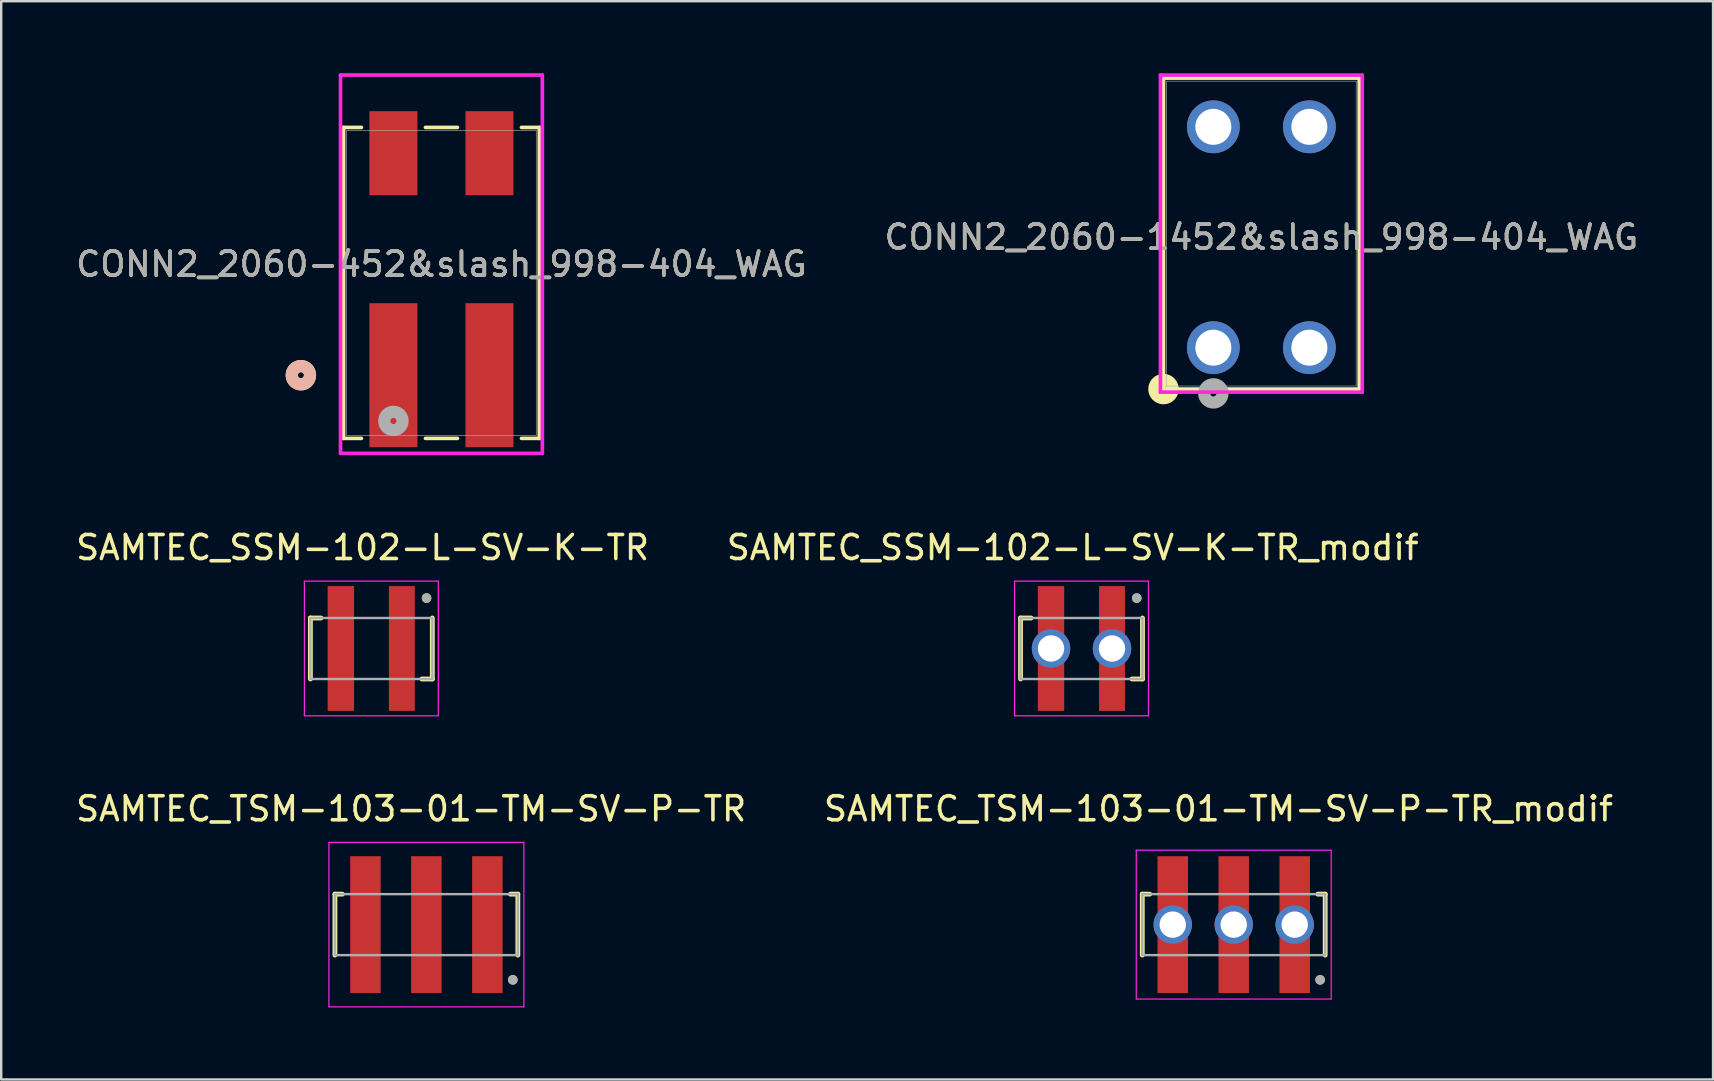
<source format=kicad_pcb>
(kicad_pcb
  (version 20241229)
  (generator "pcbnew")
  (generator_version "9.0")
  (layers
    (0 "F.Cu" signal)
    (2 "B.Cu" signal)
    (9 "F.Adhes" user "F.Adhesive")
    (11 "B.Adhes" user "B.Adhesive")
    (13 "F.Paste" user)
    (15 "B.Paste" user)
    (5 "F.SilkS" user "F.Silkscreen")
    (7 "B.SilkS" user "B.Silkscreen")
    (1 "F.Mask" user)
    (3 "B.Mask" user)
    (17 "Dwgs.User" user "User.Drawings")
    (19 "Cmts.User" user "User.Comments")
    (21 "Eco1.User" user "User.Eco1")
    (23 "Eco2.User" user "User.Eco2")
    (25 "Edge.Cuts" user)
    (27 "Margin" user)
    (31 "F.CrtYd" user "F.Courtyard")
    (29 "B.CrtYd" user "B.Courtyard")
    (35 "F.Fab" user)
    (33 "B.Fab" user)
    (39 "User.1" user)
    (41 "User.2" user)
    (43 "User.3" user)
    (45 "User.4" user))
  (footprint "SAMTEC_TSM-103-01-TM-SV-P-TR"
    (layer "F.Cu")
    (at 14.712 35.467)
    (property "Reference" "SAMTEC_TSM-103-01-TM-SV-P-TR" (at -0.635 -4.825 0) (layer "F.SilkS") (effects (font (size 1 1) (thickness 0.15))))
    (attr smd)
    (fp_line (start -3.81 -1.27) (end -3.5 -1.27) (stroke (width 0.2) (type solid)) (layer "F.SilkS"))
    (fp_line (start -3.81 1.27) (end -3.81 -1.27) (stroke (width 0.2) (type solid)) (layer "F.SilkS"))
    (fp_line (start 3.5 -1.27) (end 3.81 -1.27) (stroke (width 0.2) (type solid)) (layer "F.SilkS"))
    (fp_line (start 3.81 -1.27) (end 3.81 1.27) (stroke (width 0.2) (type solid)) (layer "F.SilkS"))
    (fp_circle (center 3.6 2.3) (end 3.7 2.3) (stroke (width 0.2) (type solid)) (fill no) (layer "F.SilkS"))
    (fp_line (start -4.06 -3.425) (end 4.06 -3.425) (stroke (width 0.05) (type solid)) (layer "F.CrtYd"))
    (fp_line (start -4.06 3.425) (end -4.06 -3.425) (stroke (width 0.05) (type solid)) (layer "F.CrtYd"))
    (fp_line (start 4.06 -3.425) (end 4.06 3.425) (stroke (width 0.05) (type solid)) (layer "F.CrtYd"))
    (fp_line (start 4.06 3.425) (end -4.06 3.425) (stroke (width 0.05) (type solid)) (layer "F.CrtYd"))
    (fp_line (start -3.81 -1.27) (end 3.81 -1.27) (stroke (width 0.1) (type solid)) (layer "F.Fab"))
    (fp_line (start -3.81 1.27) (end -3.81 -1.27) (stroke (width 0.1) (type solid)) (layer "F.Fab"))
    (fp_line (start 3.81 -1.27) (end 3.81 1.27) (stroke (width 0.1) (type solid)) (layer "F.Fab"))
    (fp_line (start 3.81 1.27) (end -3.81 1.27) (stroke (width 0.1) (type solid)) (layer "F.Fab"))
    (fp_circle (center 3.6 2.3) (end 3.7 2.3) (stroke (width 0.2) (type solid)) (fill no) (layer "F.Fab"))
    (pad "1" smd rect (at 2.54 0) (size 1.27 5.7) (layers "F.Cu" "F.Mask" "F.Paste"))
    (pad "2" smd rect (at 0 0) (size 1.27 5.7) (layers "F.Cu" "F.Mask" "F.Paste"))
    (pad "3" smd rect (at -2.54 0) (size 1.27 5.7) (layers "F.Cu" "F.Mask" "F.Paste")))
  (footprint "SAMTEC_SSM-102-L-SV-K-TR"
    (layer "F.Cu")
    (at 12.419 23.964)
    (property "Reference" "SAMTEC_SSM-102-L-SV-K-TR" (at -0.365 -4.205 0) (layer "F.SilkS") (effects (font (size 1 1) (thickness 0.15))))
    (attr smd)
    (fp_line (start -2.54 -1.27) (end -2.1 -1.27) (stroke (width 0.2) (type solid)) (layer "F.SilkS"))
    (fp_line (start -2.54 1.27) (end -2.54 -1.27) (stroke (width 0.2) (type solid)) (layer "F.SilkS"))
    (fp_line (start 2.54 1.27) (end 2.1 1.27) (stroke (width 0.2) (type solid)) (layer "F.SilkS"))
    (fp_line (start 2.54 1.27) (end 2.54 -1.27) (stroke (width 0.2) (type solid)) (layer "F.SilkS"))
    (fp_circle (center 2.3 -2.1) (end 2.4 -2.1) (stroke (width 0.2) (type solid)) (fill no) (layer "F.SilkS"))
    (fp_line (start -2.79 -2.805) (end 2.79 -2.805) (stroke (width 0.05) (type solid)) (layer "F.CrtYd"))
    (fp_line (start -2.79 2.805) (end -2.79 -2.805) (stroke (width 0.05) (type solid)) (layer "F.CrtYd"))
    (fp_line (start 2.79 -2.805) (end 2.79 2.805) (stroke (width 0.05) (type solid)) (layer "F.CrtYd"))
    (fp_line (start 2.79 2.805) (end -2.79 2.805) (stroke (width 0.05) (type solid)) (layer "F.CrtYd"))
    (fp_line (start -2.54 -1.27) (end 2.54 -1.27) (stroke (width 0.1) (type solid)) (layer "F.Fab"))
    (fp_line (start -2.54 1.27) (end -2.54 -1.27) (stroke (width 0.1) (type solid)) (layer "F.Fab"))
    (fp_line (start 2.54 -1.27) (end 2.54 1.27) (stroke (width 0.1) (type solid)) (layer "F.Fab"))
    (fp_line (start 2.54 1.27) (end -2.54 1.27) (stroke (width 0.1) (type solid)) (layer "F.Fab"))
    (fp_circle (center 2.3 -2.1) (end 2.4 -2.1) (stroke (width 0.2) (type solid)) (fill no) (layer "F.Fab"))
    (pad "1" smd rect (at 1.27 0) (size 1.08 5.2) (layers "F.Cu" "F.Mask" "F.Paste"))
    (pad "2" smd rect (at -1.27 0) (size 1.1 5.2) (layers "F.Cu" "F.Mask" "F.Paste")))
  (footprint "CONN2_2060-452&slash_998-404_WAG"
    (layer "F.Cu")
    (at 15.339 8.735)
    (property "Reference" "CONN2_2060-452&slash_998-404_WAG" (at 0 -0.78 0) (unlocked yes) (layer "F.SilkS") (effects (font (size 1 1) (thickness 0.15))))
    (attr smd)
    (fp_line (start -4.077 -6.477) (end -4.077 6.477) (stroke (width 0.152) (type solid)) (layer "F.SilkS"))
    (fp_line (start -4.077 6.477) (end -3.333 6.477) (stroke (width 0.152) (type solid)) (layer "F.SilkS"))
    (fp_line (start -3.333 -6.477) (end -4.077 -6.477) (stroke (width 0.152) (type solid)) (layer "F.SilkS"))
    (fp_line (start -0.667 6.477) (end 0.667 6.477) (stroke (width 0.152) (type solid)) (layer "F.SilkS"))
    (fp_line (start 0.667 -6.477) (end -0.667 -6.477) (stroke (width 0.152) (type solid)) (layer "F.SilkS"))
    (fp_line (start 3.333 6.477) (end 4.077 6.477) (stroke (width 0.152) (type solid)) (layer "F.SilkS"))
    (fp_line (start 4.077 -6.477) (end 3.333 -6.477) (stroke (width 0.152) (type solid)) (layer "F.SilkS"))
    (fp_line (start 4.077 6.477) (end 4.077 -6.477) (stroke (width 0.152) (type solid)) (layer "F.SilkS"))
    (fp_circle (center -5.855 3.845) (end -5.474 3.845) (stroke (width 0.508) (type solid)) (fill no) (layer "F.SilkS"))
    (fp_circle (center -5.855 3.845) (end -5.474 3.845) (stroke (width 0.508) (type solid)) (fill no) (layer "B.SilkS"))
    (fp_poly (pts (xy -2 -5.494) (xy -1.949 -5.494) (xy -1.949 -5.405) (xy -2 -5.405)) (stroke (width 0) (type solid)) (fill yes) (layer "F.Paste"))
    (fp_poly (pts (xy -2 3.756) (xy -1.949 3.756) (xy -1.949 3.845) (xy -2 3.845)) (stroke (width 0) (type solid)) (fill yes) (layer "F.Paste"))
    (fp_poly (pts (xy 2 -5.494) (xy 2.051 -5.494) (xy 2.051 -5.405) (xy 2 -5.405)) (stroke (width 0) (type solid)) (fill yes) (layer "F.Paste"))
    (fp_poly (pts (xy 2 3.756) (xy 2.051 3.756) (xy 2.051 3.845) (xy 2 3.845)) (stroke (width 0) (type solid)) (fill yes) (layer "F.Paste"))
    (fp_line (start -4.204 -8.659) (end -4.204 7.099) (stroke (width 0.152) (type solid)) (layer "F.CrtYd"))
    (fp_line (start -4.204 7.099) (end 4.204 7.099) (stroke (width 0.152) (type solid)) (layer "F.CrtYd"))
    (fp_line (start 4.204 -8.659) (end -4.204 -8.659) (stroke (width 0.152) (type solid)) (layer "F.CrtYd"))
    (fp_line (start 4.204 7.099) (end 4.204 -8.659) (stroke (width 0.152) (type solid)) (layer "F.CrtYd"))
    (fp_line (start -3.95 -6.35) (end -3.95 6.35) (stroke (width 0.025) (type solid)) (layer "F.Fab"))
    (fp_line (start -3.95 6.35) (end 3.95 6.35) (stroke (width 0.025) (type solid)) (layer "F.Fab"))
    (fp_line (start 3.95 -6.35) (end -3.95 -6.35) (stroke (width 0.025) (type solid)) (layer "F.Fab"))
    (fp_line (start 3.95 6.35) (end 3.95 -6.35) (stroke (width 0.025) (type solid)) (layer "F.Fab"))
    (fp_circle (center -2 5.75) (end -1.619 5.75) (stroke (width 0.508) (type solid)) (fill no) (layer "F.Fab"))
    (fp_text user "${REFERENCE}" (at 0 -0.78 0) (unlocked yes) (layer "F.Fab") (effects (font (size 1 1) (thickness 0.15))))
    (pad "1" smd rect (at -2 3.845) (size 2 6) (layers "F.Cu" "F.Mask"))
    (pad "2" smd rect (at -2 -5.405) (size 2 3.5) (layers "F.Cu" "F.Mask"))
    (pad "3" smd rect (at 2 3.845) (size 2 6) (layers "F.Cu" "F.Mask"))
    (pad "4" smd rect (at 2 -5.405) (size 2 3.5) (layers "F.Cu" "F.Mask")))
  (footprint "SAMTEC_TSM-103-01-TM-SV-P-TR_modif"
    (layer "F.Cu")
    (at 48.343 35.467)
    (property "Reference" "SAMTEC_TSM-103-01-TM-SV-P-TR_modif" (at -0.635 -4.825 0) (layer "F.SilkS") (effects (font (size 1 1) (thickness 0.15))))
    (attr through_hole)
    (fp_rect (start -3.2 -2.9) (end -1.9 -1.1) (stroke (width 0.1) (type solid)) (fill yes) (layer "F.Mask"))
    (fp_rect (start -3.2 1.1) (end -1.9 2.9) (stroke (width 0.1) (type solid)) (fill yes) (layer "F.Mask"))
    (fp_rect (start -0.7 -2.9) (end 0.7 -1.1) (stroke (width 0.1) (type solid)) (fill yes) (layer "F.Mask"))
    (fp_rect (start -0.7 1.1) (end 0.7 2.9) (stroke (width 0.1) (type solid)) (fill yes) (layer "F.Mask"))
    (fp_rect (start 1.9 -2.9) (end 3.2 -1.1) (stroke (width 0.1) (type solid)) (fill yes) (layer "F.Mask"))
    (fp_rect (start 1.9 1.1) (end 3.2 2.9) (stroke (width 0.1) (type solid)) (fill yes) (layer "F.Mask"))
    (fp_line (start -3.81 -1.27) (end -3.5 -1.27) (stroke (width 0.2) (type solid)) (layer "F.SilkS"))
    (fp_line (start -3.81 1.27) (end -3.81 -1.27) (stroke (width 0.2) (type solid)) (layer "F.SilkS"))
    (fp_line (start 3.5 -1.27) (end 3.81 -1.27) (stroke (width 0.2) (type solid)) (layer "F.SilkS"))
    (fp_line (start 3.81 -1.27) (end 3.81 1.27) (stroke (width 0.2) (type solid)) (layer "F.SilkS"))
    (fp_circle (center 3.6 2.3) (end 3.7 2.3) (stroke (width 0.2) (type solid)) (fill no) (layer "F.SilkS"))
    (fp_rect (start -3.1 -2.6) (end -2 -1.2) (stroke (width 0.1) (type solid)) (fill yes) (layer "F.Paste"))
    (fp_rect (start -3.1 1.2) (end -2 2.6) (stroke (width 0.1) (type solid)) (fill yes) (layer "F.Paste"))
    (fp_rect (start -0.5 -2.6) (end 0.5 -1.2) (stroke (width 0.1) (type solid)) (fill yes) (layer "F.Paste"))
    (fp_rect (start -0.5 1.2) (end 0.5 2.6) (stroke (width 0.1) (type solid)) (fill yes) (layer "F.Paste"))
    (fp_rect (start 2 -2.6) (end 3.1 -1.2) (stroke (width 0.1) (type solid)) (fill yes) (layer "F.Paste"))
    (fp_rect (start 2 1.2) (end 3.1 2.6) (stroke (width 0.1) (type solid)) (fill yes) (layer "F.Paste"))
    (fp_line (start -4.06 -3.1) (end 4.06 -3.1) (stroke (width 0.05) (type solid)) (layer "F.CrtYd"))
    (fp_line (start -4.06 3.1) (end -4.06 -3.1) (stroke (width 0.05) (type solid)) (layer "F.CrtYd"))
    (fp_line (start 4.06 -3.1) (end 4.06 3.1) (stroke (width 0.05) (type solid)) (layer "F.CrtYd"))
    (fp_line (start 4.06 3.1) (end -4.06 3.1) (stroke (width 0.05) (type solid)) (layer "F.CrtYd"))
    (fp_line (start -3.81 -1.27) (end 3.81 -1.27) (stroke (width 0.1) (type solid)) (layer "F.Fab"))
    (fp_line (start -3.81 1.27) (end -3.81 -1.27) (stroke (width 0.1) (type solid)) (layer "F.Fab"))
    (fp_line (start 3.81 -1.27) (end 3.81 1.27) (stroke (width 0.1) (type solid)) (layer "F.Fab"))
    (fp_line (start 3.81 1.27) (end -3.81 1.27) (stroke (width 0.1) (type solid)) (layer "F.Fab"))
    (fp_circle (center 3.6 2.3) (end 3.7 2.3) (stroke (width 0.2) (type solid)) (fill no) (layer "F.Fab"))
    (pad "1" smd rect (at 2.54 0) (size 1.27 5.7) (layers "F.Cu"))
    (pad "1" thru_hole circle (at 2.54 0) (size 1.6 1.6) (drill 1.1) (layers "*.Cu" "*.Mask" "F.Paste"))
    (pad "2" smd rect (at 0 0) (size 1.27 5.7) (layers "F.Cu"))
    (pad "2" thru_hole circle (at 0 0) (size 1.6 1.6) (drill 1.1) (layers "*.Cu" "*.Mask" "F.Paste"))
    (pad "3" smd rect (at -2.54 0) (size 1.27 5.7) (layers "F.Cu"))
    (pad "3" thru_hole circle (at -2.54 0) (size 1.6 1.6) (drill 1.1) (layers "*.Cu" "*.Mask" "F.Paste")))
  (footprint "CONN2_2060-1452&slash_998-404_WAG"
    (layer "F.Cu")
    (at 47.494 11.433)
    (property "Reference" "CONN2_2060-1452&slash_998-404_WAG" (at 2 -4.6 0) (unlocked yes) (layer "F.SilkS") (effects (font (size 1 1) (thickness 0.15))))
    (attr through_hole)
    (fp_line (start -2.077 -11.229) (end -2.077 1.725) (stroke (width 0.152) (type solid)) (layer "F.SilkS"))
    (fp_line (start -2.077 1.725) (end 6.077 1.725) (stroke (width 0.152) (type solid)) (layer "F.SilkS"))
    (fp_line (start 6.077 -11.229) (end -2.077 -11.229) (stroke (width 0.152) (type solid)) (layer "F.SilkS"))
    (fp_line (start 6.077 1.725) (end 6.077 -11.229) (stroke (width 0.152) (type solid)) (layer "F.SilkS"))
    (fp_circle (center -2.077 1.725) (end -1.696 1.725) (stroke (width 0.508) (type solid)) (fill no) (layer "F.SilkS"))
    (fp_poly (pts (xy 0 -9.289) (xy 0.051 -9.289) (xy 0.051 -9.2) (xy 0 -9.2)) (stroke (width 0) (type solid)) (fill yes) (layer "F.Paste"))
    (fp_poly (pts (xy 0 -0.089) (xy 0.051 -0.089) (xy 0.051 0) (xy 0 0)) (stroke (width 0) (type solid)) (fill yes) (layer "F.Paste"))
    (fp_poly (pts (xy 4 -9.289) (xy 4.051 -9.289) (xy 4.051 -9.2) (xy 4 -9.2)) (stroke (width 0) (type solid)) (fill yes) (layer "F.Paste"))
    (fp_poly (pts (xy 4 -0.089) (xy 4.051 -0.089) (xy 4.051 0) (xy 4 0)) (stroke (width 0) (type solid)) (fill yes) (layer "F.Paste"))
    (fp_line (start -2.204 -11.356) (end -2.204 1.852) (stroke (width 0.152) (type solid)) (layer "F.CrtYd"))
    (fp_line (start -2.204 1.852) (end 6.204 1.852) (stroke (width 0.152) (type solid)) (layer "F.CrtYd"))
    (fp_line (start 6.204 -11.356) (end -2.204 -11.356) (stroke (width 0.152) (type solid)) (layer "F.CrtYd"))
    (fp_line (start 6.204 1.852) (end 6.204 -11.356) (stroke (width 0.152) (type solid)) (layer "F.CrtYd"))
    (fp_line (start -1.95 -11.102) (end -1.95 1.598) (stroke (width 0.025) (type solid)) (layer "F.Fab"))
    (fp_line (start -1.95 1.598) (end 5.95 1.598) (stroke (width 0.025) (type solid)) (layer "F.Fab"))
    (fp_line (start 5.95 -11.102) (end -1.95 -11.102) (stroke (width 0.025) (type solid)) (layer "F.Fab"))
    (fp_line (start 5.95 1.598) (end 5.95 -11.102) (stroke (width 0.025) (type solid)) (layer "F.Fab"))
    (fp_circle (center 0 1.905) (end 0.381 1.905) (stroke (width 0.508) (type solid)) (fill no) (layer "F.Fab"))
    (fp_text user "${REFERENCE}" (at 2 -4.6 0) (unlocked yes) (layer "F.Fab") (effects (font (size 1 1) (thickness 0.15))))
    (pad "1" thru_hole circle (at 0 0) (size 2.2 2.2) (drill 1.499) (layers "*.Cu" "*.Mask"))
    (pad "2" thru_hole circle (at 0 -9.2) (size 2.2 2.2) (drill 1.499) (layers "*.Cu" "*.Mask"))
    (pad "3" thru_hole circle (at 4 0) (size 2.2 2.2) (drill 1.499) (layers "*.Cu" "*.Mask"))
    (pad "4" thru_hole circle (at 4 -9.2) (size 2.2 2.2) (drill 1.499) (layers "*.Cu" "*.Mask")))
  (footprint "SAMTEC_SSM-102-L-SV-K-TR_modif"
    (layer "F.Cu")
    (at 42.002 23.964)
    (property "Reference" "SAMTEC_SSM-102-L-SV-K-TR_modif" (at -0.365 -4.205 0) (layer "F.SilkS") (effects (font (size 1 1) (thickness 0.15))))
    (attr smd)
    (fp_rect (start -1.9 -2.7) (end -0.7 -1.3) (stroke (width 0.1) (type solid)) (fill yes) (layer "F.Mask"))
    (fp_rect (start -1.9 1.2) (end -0.7 2.6) (stroke (width 0.1) (type solid)) (fill yes) (layer "F.Mask"))
    (fp_rect (start 0.7 -2.7) (end 1.9 -1.3) (stroke (width 0.1) (type solid)) (fill yes) (layer "F.Mask"))
    (fp_rect (start 0.7 1.2) (end 1.9 2.6) (stroke (width 0.1) (type solid)) (fill yes) (layer "F.Mask"))
    (fp_line (start -2.54 -1.27) (end -2.1 -1.27) (stroke (width 0.2) (type solid)) (layer "F.SilkS"))
    (fp_line (start -2.54 1.27) (end -2.54 -1.27) (stroke (width 0.2) (type solid)) (layer "F.SilkS"))
    (fp_line (start 2.54 1.27) (end 2.1 1.27) (stroke (width 0.2) (type solid)) (layer "F.SilkS"))
    (fp_line (start 2.54 1.27) (end 2.54 -1.27) (stroke (width 0.2) (type solid)) (layer "F.SilkS"))
    (fp_circle (center 2.3 -2.1) (end 2.4 -2.1) (stroke (width 0.2) (type solid)) (fill no) (layer "F.SilkS"))
    (fp_rect (start -1.7 -2.55) (end -0.8 -1.35) (stroke (width 0.1) (type solid)) (fill yes) (layer "F.Paste"))
    (fp_rect (start -1.7 1.3) (end -0.8 2.5) (stroke (width 0.1) (type solid)) (fill yes) (layer "F.Paste"))
    (fp_rect (start 0.8 -2.55) (end 1.7 -1.35) (stroke (width 0.1) (type solid)) (fill yes) (layer "F.Paste"))
    (fp_rect (start 0.8 1.3) (end 1.7 2.5) (stroke (width 0.1) (type solid)) (fill yes) (layer "F.Paste"))
    (fp_line (start -2.79 -2.805) (end 2.79 -2.805) (stroke (width 0.05) (type solid)) (layer "F.CrtYd"))
    (fp_line (start -2.79 2.805) (end -2.79 -2.805) (stroke (width 0.05) (type solid)) (layer "F.CrtYd"))
    (fp_line (start 2.79 -2.805) (end 2.79 2.805) (stroke (width 0.05) (type solid)) (layer "F.CrtYd"))
    (fp_line (start 2.79 2.805) (end -2.79 2.805) (stroke (width 0.05) (type solid)) (layer "F.CrtYd"))
    (fp_line (start -2.54 -1.27) (end 2.54 -1.27) (stroke (width 0.1) (type solid)) (layer "F.Fab"))
    (fp_line (start -2.54 1.27) (end -2.54 -1.27) (stroke (width 0.1) (type solid)) (layer "F.Fab"))
    (fp_line (start 2.54 -1.27) (end 2.54 1.27) (stroke (width 0.1) (type solid)) (layer "F.Fab"))
    (fp_line (start 2.54 1.27) (end -2.54 1.27) (stroke (width 0.1) (type solid)) (layer "F.Fab"))
    (fp_circle (center 2.3 -2.1) (end 2.4 -2.1) (stroke (width 0.2) (type solid)) (fill no) (layer "F.Fab"))
    (pad "1" smd rect (at 1.27 0) (size 1.08 5.2) (layers "F.Cu"))
    (pad "1" thru_hole circle (at 1.27 0) (size 1.6 1.6) (drill 1.1) (layers "*.Cu" "*.Mask"))
    (pad "2" smd rect (at -1.27 0) (size 1.1 5.2) (layers "F.Cu"))
    (pad "2" thru_hole circle (at -1.27 0) (size 1.6 1.6) (drill 1.1) (layers "*.Cu" "*.Mask")))
  (gr_rect
    (start -3 -3)
    (end 68.31 41.917)
    (stroke (width 0.1) (type default))
    (fill no)
    (layer "Edge.Cuts")))
</source>
